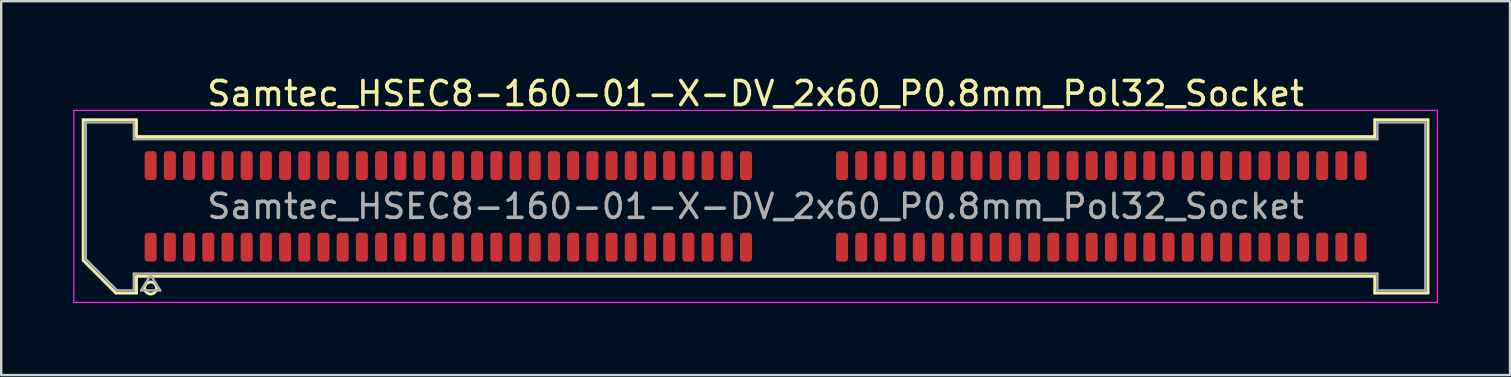
<source format=kicad_pcb>
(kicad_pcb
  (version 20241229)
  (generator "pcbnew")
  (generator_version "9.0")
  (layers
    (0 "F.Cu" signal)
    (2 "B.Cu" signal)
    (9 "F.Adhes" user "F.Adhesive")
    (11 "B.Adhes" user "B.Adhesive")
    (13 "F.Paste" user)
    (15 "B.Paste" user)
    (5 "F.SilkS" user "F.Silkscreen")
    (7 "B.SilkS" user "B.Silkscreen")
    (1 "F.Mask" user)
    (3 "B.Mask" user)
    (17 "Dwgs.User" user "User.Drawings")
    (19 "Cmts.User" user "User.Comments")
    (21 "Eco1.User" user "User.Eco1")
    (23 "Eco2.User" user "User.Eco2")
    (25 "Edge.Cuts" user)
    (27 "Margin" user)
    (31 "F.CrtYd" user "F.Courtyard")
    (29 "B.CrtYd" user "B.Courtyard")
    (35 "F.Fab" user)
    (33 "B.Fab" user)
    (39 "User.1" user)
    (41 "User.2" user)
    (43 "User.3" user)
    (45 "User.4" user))
  (footprint "Samtec_HSEC8-160-01-X-DV_2x60_P0.8mm_Pol32_Socket"
    (layer "F.Cu")
    (at 28.425 5.548)
    (property "Reference" "Samtec_HSEC8-160-01-X-DV_2x60_P0.8mm_Pol32_Socket" (at 0 -4.7 0) (layer "F.SilkS") (effects (font (size 1 1) (thickness 0.15))))
    (attr smd)
    (fp_line (start -28.01 -3.61) (end -25.79 -3.61) (stroke (width 0.12) (type solid)) (layer "F.SilkS"))
    (fp_line (start -28.01 2.246) (end -28.01 -3.61) (stroke (width 0.12) (type solid)) (layer "F.SilkS"))
    (fp_line (start -26.646 3.61) (end -28.01 2.246) (stroke (width 0.12) (type solid)) (layer "F.SilkS"))
    (fp_line (start -25.79 -3.61) (end -25.79 -2.91) (stroke (width 0.12) (type solid)) (layer "F.SilkS"))
    (fp_line (start -25.79 -2.91) (end 25.79 -2.91) (stroke (width 0.12) (type solid)) (layer "F.SilkS"))
    (fp_line (start -25.79 2.91) (end -25.79 3.61) (stroke (width 0.12) (type solid)) (layer "F.SilkS"))
    (fp_line (start -25.79 3.61) (end -26.646 3.61) (stroke (width 0.12) (type solid)) (layer "F.SilkS"))
    (fp_line (start 25.79 -3.61) (end 28.01 -3.61) (stroke (width 0.12) (type solid)) (layer "F.SilkS"))
    (fp_line (start 25.79 -2.91) (end 25.79 -3.61) (stroke (width 0.12) (type solid)) (layer "F.SilkS"))
    (fp_line (start 25.79 2.91) (end -25.79 2.91) (stroke (width 0.12) (type solid)) (layer "F.SilkS"))
    (fp_line (start 25.79 3.61) (end 25.79 2.91) (stroke (width 0.12) (type solid)) (layer "F.SilkS"))
    (fp_line (start 28.01 -3.61) (end 28.01 3.61) (stroke (width 0.12) (type solid)) (layer "F.SilkS"))
    (fp_line (start 28.01 3.61) (end 25.79 3.61) (stroke (width 0.12) (type solid)) (layer "F.SilkS"))
    (fp_arc (start -24.95 3.4) (mid -25.45 3.4) (end -24.95 3.4) (stroke (width 0.12) (type solid)) (layer "F.SilkS"))
    (fp_line (start -28.4 -4) (end -28.4 4) (stroke (width 0.05) (type solid)) (layer "F.CrtYd"))
    (fp_line (start -28.4 4) (end 28.4 4) (stroke (width 0.05) (type solid)) (layer "F.CrtYd"))
    (fp_line (start 28.4 -4) (end -28.4 -4) (stroke (width 0.05) (type solid)) (layer "F.CrtYd"))
    (fp_line (start 28.4 4) (end 28.4 -4) (stroke (width 0.05) (type solid)) (layer "F.CrtYd"))
    (fp_line (start -27.9 -3.5) (end -25.9 -3.5) (stroke (width 0.1) (type solid)) (layer "F.Fab"))
    (fp_line (start -27.9 2.2) (end -27.9 -3.5) (stroke (width 0.1) (type solid)) (layer "F.Fab"))
    (fp_line (start -26.6 3.5) (end -27.9 2.2) (stroke (width 0.1) (type solid)) (layer "F.Fab"))
    (fp_line (start -25.9 -3.5) (end -25.9 -2.8) (stroke (width 0.1) (type solid)) (layer "F.Fab"))
    (fp_line (start -25.9 -2.8) (end 25.9 -2.8) (stroke (width 0.1) (type solid)) (layer "F.Fab"))
    (fp_line (start -25.9 2.8) (end -25.9 3.5) (stroke (width 0.1) (type solid)) (layer "F.Fab"))
    (fp_line (start -25.9 3.5) (end -26.6 3.5) (stroke (width 0.1) (type solid)) (layer "F.Fab"))
    (fp_line (start -25.6 3.5) (end -25.2 2.86) (stroke (width 0.1) (type solid)) (layer "F.Fab"))
    (fp_line (start -25.2 2.86) (end -24.8 3.5) (stroke (width 0.1) (type solid)) (layer "F.Fab"))
    (fp_line (start -24.8 3.5) (end -25.6 3.5) (stroke (width 0.1) (type solid)) (layer "F.Fab"))
    (fp_line (start 25.9 -3.5) (end 27.9 -3.5) (stroke (width 0.1) (type solid)) (layer "F.Fab"))
    (fp_line (start 25.9 -2.8) (end 25.9 -3.5) (stroke (width 0.1) (type solid)) (layer "F.Fab"))
    (fp_line (start 25.9 2.8) (end -25.9 2.8) (stroke (width 0.1) (type solid)) (layer "F.Fab"))
    (fp_line (start 25.9 3.5) (end 25.9 2.8) (stroke (width 0.1) (type solid)) (layer "F.Fab"))
    (fp_line (start 27.9 -3.5) (end 27.9 3.5) (stroke (width 0.1) (type solid)) (layer "F.Fab"))
    (fp_line (start 27.9 3.5) (end 25.9 3.5) (stroke (width 0.1) (type solid)) (layer "F.Fab"))
    (fp_text user "${REFERENCE}" (at 0 0 0) (layer "F.Fab") (effects (font (size 1 1) (thickness 0.15))))
    (pad "1" smd roundrect (at -25.2 1.7) (size 0.5 1.2) (layers "F.Cu" "F.Mask" "F.Paste") (roundrect_rratio 0.25))
    (pad "2" smd roundrect (at -25.2 -1.7) (size 0.5 1.2) (layers "F.Cu" "F.Mask" "F.Paste") (roundrect_rratio 0.25))
    (pad "3" smd roundrect (at -24.4 1.7) (size 0.5 1.2) (layers "F.Cu" "F.Mask" "F.Paste") (roundrect_rratio 0.25))
    (pad "4" smd roundrect (at -24.4 -1.7) (size 0.5 1.2) (layers "F.Cu" "F.Mask" "F.Paste") (roundrect_rratio 0.25))
    (pad "5" smd roundrect (at -23.6 1.7) (size 0.5 1.2) (layers "F.Cu" "F.Mask" "F.Paste") (roundrect_rratio 0.25))
    (pad "6" smd roundrect (at -23.6 -1.7) (size 0.5 1.2) (layers "F.Cu" "F.Mask" "F.Paste") (roundrect_rratio 0.25))
    (pad "7" smd roundrect (at -22.8 1.7) (size 0.5 1.2) (layers "F.Cu" "F.Mask" "F.Paste") (roundrect_rratio 0.25))
    (pad "8" smd roundrect (at -22.8 -1.7) (size 0.5 1.2) (layers "F.Cu" "F.Mask" "F.Paste") (roundrect_rratio 0.25))
    (pad "9" smd roundrect (at -22 1.7) (size 0.5 1.2) (layers "F.Cu" "F.Mask" "F.Paste") (roundrect_rratio 0.25))
    (pad "10" smd roundrect (at -22 -1.7) (size 0.5 1.2) (layers "F.Cu" "F.Mask" "F.Paste") (roundrect_rratio 0.25))
    (pad "11" smd roundrect (at -21.2 1.7) (size 0.5 1.2) (layers "F.Cu" "F.Mask" "F.Paste") (roundrect_rratio 0.25))
    (pad "12" smd roundrect (at -21.2 -1.7) (size 0.5 1.2) (layers "F.Cu" "F.Mask" "F.Paste") (roundrect_rratio 0.25))
    (pad "13" smd roundrect (at -20.4 1.7) (size 0.5 1.2) (layers "F.Cu" "F.Mask" "F.Paste") (roundrect_rratio 0.25))
    (pad "14" smd roundrect (at -20.4 -1.7) (size 0.5 1.2) (layers "F.Cu" "F.Mask" "F.Paste") (roundrect_rratio 0.25))
    (pad "15" smd roundrect (at -19.6 1.7) (size 0.5 1.2) (layers "F.Cu" "F.Mask" "F.Paste") (roundrect_rratio 0.25))
    (pad "16" smd roundrect (at -19.6 -1.7) (size 0.5 1.2) (layers "F.Cu" "F.Mask" "F.Paste") (roundrect_rratio 0.25))
    (pad "17" smd roundrect (at -18.8 1.7) (size 0.5 1.2) (layers "F.Cu" "F.Mask" "F.Paste") (roundrect_rratio 0.25))
    (pad "18" smd roundrect (at -18.8 -1.7) (size 0.5 1.2) (layers "F.Cu" "F.Mask" "F.Paste") (roundrect_rratio 0.25))
    (pad "19" smd roundrect (at -18 1.7) (size 0.5 1.2) (layers "F.Cu" "F.Mask" "F.Paste") (roundrect_rratio 0.25))
    (pad "20" smd roundrect (at -18 -1.7) (size 0.5 1.2) (layers "F.Cu" "F.Mask" "F.Paste") (roundrect_rratio 0.25))
    (pad "21" smd roundrect (at -17.2 1.7) (size 0.5 1.2) (layers "F.Cu" "F.Mask" "F.Paste") (roundrect_rratio 0.25))
    (pad "22" smd roundrect (at -17.2 -1.7) (size 0.5 1.2) (layers "F.Cu" "F.Mask" "F.Paste") (roundrect_rratio 0.25))
    (pad "23" smd roundrect (at -16.4 1.7) (size 0.5 1.2) (layers "F.Cu" "F.Mask" "F.Paste") (roundrect_rratio 0.25))
    (pad "24" smd roundrect (at -16.4 -1.7) (size 0.5 1.2) (layers "F.Cu" "F.Mask" "F.Paste") (roundrect_rratio 0.25))
    (pad "25" smd roundrect (at -15.6 1.7) (size 0.5 1.2) (layers "F.Cu" "F.Mask" "F.Paste") (roundrect_rratio 0.25))
    (pad "26" smd roundrect (at -15.6 -1.7) (size 0.5 1.2) (layers "F.Cu" "F.Mask" "F.Paste") (roundrect_rratio 0.25))
    (pad "27" smd roundrect (at -14.8 1.7) (size 0.5 1.2) (layers "F.Cu" "F.Mask" "F.Paste") (roundrect_rratio 0.25))
    (pad "28" smd roundrect (at -14.8 -1.7) (size 0.5 1.2) (layers "F.Cu" "F.Mask" "F.Paste") (roundrect_rratio 0.25))
    (pad "29" smd roundrect (at -14 1.7) (size 0.5 1.2) (layers "F.Cu" "F.Mask" "F.Paste") (roundrect_rratio 0.25))
    (pad "30" smd roundrect (at -14 -1.7) (size 0.5 1.2) (layers "F.Cu" "F.Mask" "F.Paste") (roundrect_rratio 0.25))
    (pad "31" smd roundrect (at -13.2 1.7) (size 0.5 1.2) (layers "F.Cu" "F.Mask" "F.Paste") (roundrect_rratio 0.25))
    (pad "32" smd roundrect (at -13.2 -1.7) (size 0.5 1.2) (layers "F.Cu" "F.Mask" "F.Paste") (roundrect_rratio 0.25))
    (pad "33" smd roundrect (at -12.4 1.7) (size 0.5 1.2) (layers "F.Cu" "F.Mask" "F.Paste") (roundrect_rratio 0.25))
    (pad "34" smd roundrect (at -12.4 -1.7) (size 0.5 1.2) (layers "F.Cu" "F.Mask" "F.Paste") (roundrect_rratio 0.25))
    (pad "35" smd roundrect (at -11.6 1.7) (size 0.5 1.2) (layers "F.Cu" "F.Mask" "F.Paste") (roundrect_rratio 0.25))
    (pad "36" smd roundrect (at -11.6 -1.7) (size 0.5 1.2) (layers "F.Cu" "F.Mask" "F.Paste") (roundrect_rratio 0.25))
    (pad "37" smd roundrect (at -10.8 1.7) (size 0.5 1.2) (layers "F.Cu" "F.Mask" "F.Paste") (roundrect_rratio 0.25))
    (pad "38" smd roundrect (at -10.8 -1.7) (size 0.5 1.2) (layers "F.Cu" "F.Mask" "F.Paste") (roundrect_rratio 0.25))
    (pad "39" smd roundrect (at -10 1.7) (size 0.5 1.2) (layers "F.Cu" "F.Mask" "F.Paste") (roundrect_rratio 0.25))
    (pad "40" smd roundrect (at -10 -1.7) (size 0.5 1.2) (layers "F.Cu" "F.Mask" "F.Paste") (roundrect_rratio 0.25))
    (pad "41" smd roundrect (at -9.2 1.7) (size 0.5 1.2) (layers "F.Cu" "F.Mask" "F.Paste") (roundrect_rratio 0.25))
    (pad "42" smd roundrect (at -9.2 -1.7) (size 0.5 1.2) (layers "F.Cu" "F.Mask" "F.Paste") (roundrect_rratio 0.25))
    (pad "43" smd roundrect (at -8.4 1.7) (size 0.5 1.2) (layers "F.Cu" "F.Mask" "F.Paste") (roundrect_rratio 0.25))
    (pad "44" smd roundrect (at -8.4 -1.7) (size 0.5 1.2) (layers "F.Cu" "F.Mask" "F.Paste") (roundrect_rratio 0.25))
    (pad "45" smd roundrect (at -7.6 1.7) (size 0.5 1.2) (layers "F.Cu" "F.Mask" "F.Paste") (roundrect_rratio 0.25))
    (pad "46" smd roundrect (at -7.6 -1.7) (size 0.5 1.2) (layers "F.Cu" "F.Mask" "F.Paste") (roundrect_rratio 0.25))
    (pad "47" smd roundrect (at -6.8 1.7) (size 0.5 1.2) (layers "F.Cu" "F.Mask" "F.Paste") (roundrect_rratio 0.25))
    (pad "48" smd roundrect (at -6.8 -1.7) (size 0.5 1.2) (layers "F.Cu" "F.Mask" "F.Paste") (roundrect_rratio 0.25))
    (pad "49" smd roundrect (at -6 1.7) (size 0.5 1.2) (layers "F.Cu" "F.Mask" "F.Paste") (roundrect_rratio 0.25))
    (pad "50" smd roundrect (at -6 -1.7) (size 0.5 1.2) (layers "F.Cu" "F.Mask" "F.Paste") (roundrect_rratio 0.25))
    (pad "51" smd roundrect (at -5.2 1.7) (size 0.5 1.2) (layers "F.Cu" "F.Mask" "F.Paste") (roundrect_rratio 0.25))
    (pad "52" smd roundrect (at -5.2 -1.7) (size 0.5 1.2) (layers "F.Cu" "F.Mask" "F.Paste") (roundrect_rratio 0.25))
    (pad "53" smd roundrect (at -4.4 1.7) (size 0.5 1.2) (layers "F.Cu" "F.Mask" "F.Paste") (roundrect_rratio 0.25))
    (pad "54" smd roundrect (at -4.4 -1.7) (size 0.5 1.2) (layers "F.Cu" "F.Mask" "F.Paste") (roundrect_rratio 0.25))
    (pad "55" smd roundrect (at -3.6 1.7) (size 0.5 1.2) (layers "F.Cu" "F.Mask" "F.Paste") (roundrect_rratio 0.25))
    (pad "56" smd roundrect (at -3.6 -1.7) (size 0.5 1.2) (layers "F.Cu" "F.Mask" "F.Paste") (roundrect_rratio 0.25))
    (pad "57" smd roundrect (at -2.8 1.7) (size 0.5 1.2) (layers "F.Cu" "F.Mask" "F.Paste") (roundrect_rratio 0.25))
    (pad "58" smd roundrect (at -2.8 -1.7) (size 0.5 1.2) (layers "F.Cu" "F.Mask" "F.Paste") (roundrect_rratio 0.25))
    (pad "59" smd roundrect (at -2 1.7) (size 0.5 1.2) (layers "F.Cu" "F.Mask" "F.Paste") (roundrect_rratio 0.25))
    (pad "60" smd roundrect (at -2 -1.7) (size 0.5 1.2) (layers "F.Cu" "F.Mask" "F.Paste") (roundrect_rratio 0.25))
    (pad "61" smd roundrect (at -1.2 1.7) (size 0.5 1.2) (layers "F.Cu" "F.Mask" "F.Paste") (roundrect_rratio 0.25))
    (pad "62" smd roundrect (at -1.2 -1.7) (size 0.5 1.2) (layers "F.Cu" "F.Mask" "F.Paste") (roundrect_rratio 0.25))
    (pad "63" smd roundrect (at -0.4 1.7) (size 0.5 1.2) (layers "F.Cu" "F.Mask" "F.Paste") (roundrect_rratio 0.25))
    (pad "64" smd roundrect (at -0.4 -1.7) (size 0.5 1.2) (layers "F.Cu" "F.Mask" "F.Paste") (roundrect_rratio 0.25))
    (pad "65" smd roundrect (at 3.6 1.7) (size 0.5 1.2) (layers "F.Cu" "F.Mask" "F.Paste") (roundrect_rratio 0.25))
    (pad "66" smd roundrect (at 3.6 -1.7) (size 0.5 1.2) (layers "F.Cu" "F.Mask" "F.Paste") (roundrect_rratio 0.25))
    (pad "67" smd roundrect (at 4.4 1.7) (size 0.5 1.2) (layers "F.Cu" "F.Mask" "F.Paste") (roundrect_rratio 0.25))
    (pad "68" smd roundrect (at 4.4 -1.7) (size 0.5 1.2) (layers "F.Cu" "F.Mask" "F.Paste") (roundrect_rratio 0.25))
    (pad "69" smd roundrect (at 5.2 1.7) (size 0.5 1.2) (layers "F.Cu" "F.Mask" "F.Paste") (roundrect_rratio 0.25))
    (pad "70" smd roundrect (at 5.2 -1.7) (size 0.5 1.2) (layers "F.Cu" "F.Mask" "F.Paste") (roundrect_rratio 0.25))
    (pad "71" smd roundrect (at 6 1.7) (size 0.5 1.2) (layers "F.Cu" "F.Mask" "F.Paste") (roundrect_rratio 0.25))
    (pad "72" smd roundrect (at 6 -1.7) (size 0.5 1.2) (layers "F.Cu" "F.Mask" "F.Paste") (roundrect_rratio 0.25))
    (pad "73" smd roundrect (at 6.8 1.7) (size 0.5 1.2) (layers "F.Cu" "F.Mask" "F.Paste") (roundrect_rratio 0.25))
    (pad "74" smd roundrect (at 6.8 -1.7) (size 0.5 1.2) (layers "F.Cu" "F.Mask" "F.Paste") (roundrect_rratio 0.25))
    (pad "75" smd roundrect (at 7.6 1.7) (size 0.5 1.2) (layers "F.Cu" "F.Mask" "F.Paste") (roundrect_rratio 0.25))
    (pad "76" smd roundrect (at 7.6 -1.7) (size 0.5 1.2) (layers "F.Cu" "F.Mask" "F.Paste") (roundrect_rratio 0.25))
    (pad "77" smd roundrect (at 8.4 1.7) (size 0.5 1.2) (layers "F.Cu" "F.Mask" "F.Paste") (roundrect_rratio 0.25))
    (pad "78" smd roundrect (at 8.4 -1.7) (size 0.5 1.2) (layers "F.Cu" "F.Mask" "F.Paste") (roundrect_rratio 0.25))
    (pad "79" smd roundrect (at 9.2 1.7) (size 0.5 1.2) (layers "F.Cu" "F.Mask" "F.Paste") (roundrect_rratio 0.25))
    (pad "80" smd roundrect (at 9.2 -1.7) (size 0.5 1.2) (layers "F.Cu" "F.Mask" "F.Paste") (roundrect_rratio 0.25))
    (pad "81" smd roundrect (at 10 1.7) (size 0.5 1.2) (layers "F.Cu" "F.Mask" "F.Paste") (roundrect_rratio 0.25))
    (pad "82" smd roundrect (at 10 -1.7) (size 0.5 1.2) (layers "F.Cu" "F.Mask" "F.Paste") (roundrect_rratio 0.25))
    (pad "83" smd roundrect (at 10.8 1.7) (size 0.5 1.2) (layers "F.Cu" "F.Mask" "F.Paste") (roundrect_rratio 0.25))
    (pad "84" smd roundrect (at 10.8 -1.7) (size 0.5 1.2) (layers "F.Cu" "F.Mask" "F.Paste") (roundrect_rratio 0.25))
    (pad "85" smd roundrect (at 11.6 1.7) (size 0.5 1.2) (layers "F.Cu" "F.Mask" "F.Paste") (roundrect_rratio 0.25))
    (pad "86" smd roundrect (at 11.6 -1.7) (size 0.5 1.2) (layers "F.Cu" "F.Mask" "F.Paste") (roundrect_rratio 0.25))
    (pad "87" smd roundrect (at 12.4 1.7) (size 0.5 1.2) (layers "F.Cu" "F.Mask" "F.Paste") (roundrect_rratio 0.25))
    (pad "88" smd roundrect (at 12.4 -1.7) (size 0.5 1.2) (layers "F.Cu" "F.Mask" "F.Paste") (roundrect_rratio 0.25))
    (pad "89" smd roundrect (at 13.2 1.7) (size 0.5 1.2) (layers "F.Cu" "F.Mask" "F.Paste") (roundrect_rratio 0.25))
    (pad "90" smd roundrect (at 13.2 -1.7) (size 0.5 1.2) (layers "F.Cu" "F.Mask" "F.Paste") (roundrect_rratio 0.25))
    (pad "91" smd roundrect (at 14 1.7) (size 0.5 1.2) (layers "F.Cu" "F.Mask" "F.Paste") (roundrect_rratio 0.25))
    (pad "92" smd roundrect (at 14 -1.7) (size 0.5 1.2) (layers "F.Cu" "F.Mask" "F.Paste") (roundrect_rratio 0.25))
    (pad "93" smd roundrect (at 14.8 1.7) (size 0.5 1.2) (layers "F.Cu" "F.Mask" "F.Paste") (roundrect_rratio 0.25))
    (pad "94" smd roundrect (at 14.8 -1.7) (size 0.5 1.2) (layers "F.Cu" "F.Mask" "F.Paste") (roundrect_rratio 0.25))
    (pad "95" smd roundrect (at 15.6 1.7) (size 0.5 1.2) (layers "F.Cu" "F.Mask" "F.Paste") (roundrect_rratio 0.25))
    (pad "96" smd roundrect (at 15.6 -1.7) (size 0.5 1.2) (layers "F.Cu" "F.Mask" "F.Paste") (roundrect_rratio 0.25))
    (pad "97" smd roundrect (at 16.4 1.7) (size 0.5 1.2) (layers "F.Cu" "F.Mask" "F.Paste") (roundrect_rratio 0.25))
    (pad "98" smd roundrect (at 16.4 -1.7) (size 0.5 1.2) (layers "F.Cu" "F.Mask" "F.Paste") (roundrect_rratio 0.25))
    (pad "99" smd roundrect (at 17.2 1.7) (size 0.5 1.2) (layers "F.Cu" "F.Mask" "F.Paste") (roundrect_rratio 0.25))
    (pad "100" smd roundrect (at 17.2 -1.7) (size 0.5 1.2) (layers "F.Cu" "F.Mask" "F.Paste") (roundrect_rratio 0.25))
    (pad "101" smd roundrect (at 18 1.7) (size 0.5 1.2) (layers "F.Cu" "F.Mask" "F.Paste") (roundrect_rratio 0.25))
    (pad "102" smd roundrect (at 18 -1.7) (size 0.5 1.2) (layers "F.Cu" "F.Mask" "F.Paste") (roundrect_rratio 0.25))
    (pad "103" smd roundrect (at 18.8 1.7) (size 0.5 1.2) (layers "F.Cu" "F.Mask" "F.Paste") (roundrect_rratio 0.25))
    (pad "104" smd roundrect (at 18.8 -1.7) (size 0.5 1.2) (layers "F.Cu" "F.Mask" "F.Paste") (roundrect_rratio 0.25))
    (pad "105" smd roundrect (at 19.6 1.7) (size 0.5 1.2) (layers "F.Cu" "F.Mask" "F.Paste") (roundrect_rratio 0.25))
    (pad "106" smd roundrect (at 19.6 -1.7) (size 0.5 1.2) (layers "F.Cu" "F.Mask" "F.Paste") (roundrect_rratio 0.25))
    (pad "107" smd roundrect (at 20.4 1.7) (size 0.5 1.2) (layers "F.Cu" "F.Mask" "F.Paste") (roundrect_rratio 0.25))
    (pad "108" smd roundrect (at 20.4 -1.7) (size 0.5 1.2) (layers "F.Cu" "F.Mask" "F.Paste") (roundrect_rratio 0.25))
    (pad "109" smd roundrect (at 21.2 1.7) (size 0.5 1.2) (layers "F.Cu" "F.Mask" "F.Paste") (roundrect_rratio 0.25))
    (pad "110" smd roundrect (at 21.2 -1.7) (size 0.5 1.2) (layers "F.Cu" "F.Mask" "F.Paste") (roundrect_rratio 0.25))
    (pad "111" smd roundrect (at 22 1.7) (size 0.5 1.2) (layers "F.Cu" "F.Mask" "F.Paste") (roundrect_rratio 0.25))
    (pad "112" smd roundrect (at 22 -1.7) (size 0.5 1.2) (layers "F.Cu" "F.Mask" "F.Paste") (roundrect_rratio 0.25))
    (pad "113" smd roundrect (at 22.8 1.7) (size 0.5 1.2) (layers "F.Cu" "F.Mask" "F.Paste") (roundrect_rratio 0.25))
    (pad "114" smd roundrect (at 22.8 -1.7) (size 0.5 1.2) (layers "F.Cu" "F.Mask" "F.Paste") (roundrect_rratio 0.25))
    (pad "115" smd roundrect (at 23.6 1.7) (size 0.5 1.2) (layers "F.Cu" "F.Mask" "F.Paste") (roundrect_rratio 0.25))
    (pad "116" smd roundrect (at 23.6 -1.7) (size 0.5 1.2) (layers "F.Cu" "F.Mask" "F.Paste") (roundrect_rratio 0.25))
    (pad "117" smd roundrect (at 24.4 1.7) (size 0.5 1.2) (layers "F.Cu" "F.Mask" "F.Paste") (roundrect_rratio 0.25))
    (pad "118" smd roundrect (at 24.4 -1.7) (size 0.5 1.2) (layers "F.Cu" "F.Mask" "F.Paste") (roundrect_rratio 0.25))
    (pad "119" smd roundrect (at 25.2 1.7) (size 0.5 1.2) (layers "F.Cu" "F.Mask" "F.Paste") (roundrect_rratio 0.25))
    (pad "120" smd roundrect (at 25.2 -1.7) (size 0.5 1.2) (layers "F.Cu" "F.Mask" "F.Paste") (roundrect_rratio 0.25)))
  (gr_rect
    (start -3 -3)
    (end 59.85 12.573)
    (stroke (width 0.1) (type default))
    (fill no)
    (layer "Edge.Cuts")))
</source>
